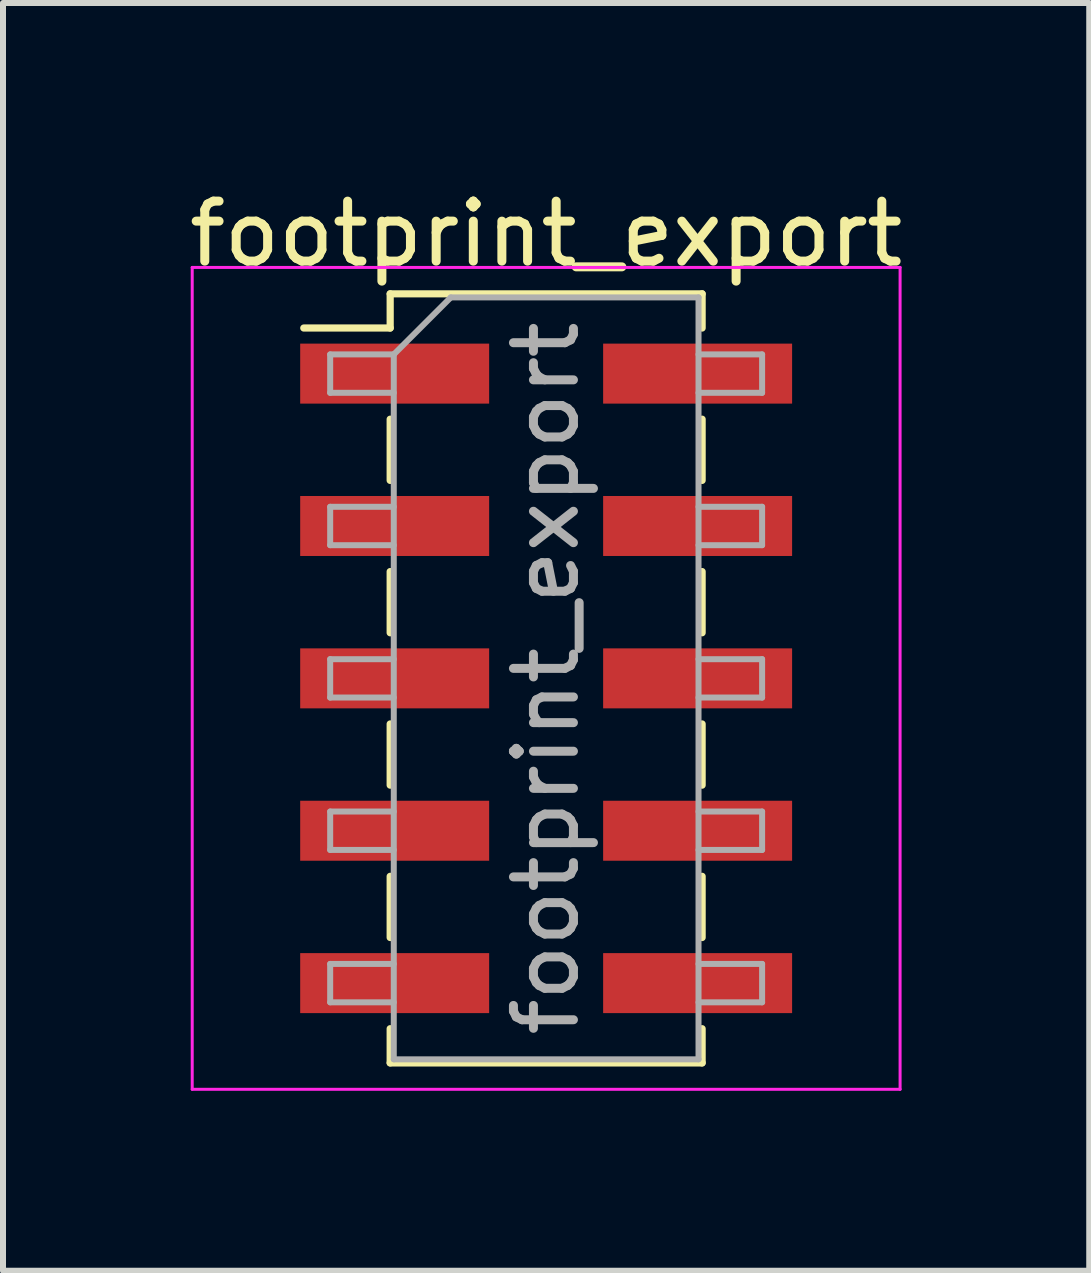
<source format=kicad_pcb>
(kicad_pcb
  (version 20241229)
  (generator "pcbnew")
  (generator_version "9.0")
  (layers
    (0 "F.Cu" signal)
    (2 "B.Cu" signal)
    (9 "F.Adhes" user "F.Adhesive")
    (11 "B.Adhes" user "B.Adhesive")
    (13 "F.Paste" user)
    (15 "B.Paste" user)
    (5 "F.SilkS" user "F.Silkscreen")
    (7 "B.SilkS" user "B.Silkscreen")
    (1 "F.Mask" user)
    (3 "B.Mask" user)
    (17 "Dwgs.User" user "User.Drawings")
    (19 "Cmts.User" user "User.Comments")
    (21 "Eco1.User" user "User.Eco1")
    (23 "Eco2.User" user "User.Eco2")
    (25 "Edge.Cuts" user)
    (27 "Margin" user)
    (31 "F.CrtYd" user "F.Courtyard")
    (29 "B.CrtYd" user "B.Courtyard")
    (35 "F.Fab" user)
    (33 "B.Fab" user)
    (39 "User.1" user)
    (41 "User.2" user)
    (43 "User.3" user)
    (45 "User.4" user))
  (footprint "footprint_export"
    (layer "F.Cu")
    (at 6.054 8.258)
    (property "Reference" "footprint_export" (at 0 -7.41 0) (layer "F.SilkS") (effects (font (size 1 1) (thickness 0.15))))
    (attr smd)
    (fp_line (start -4.04 -5.84) (end -2.6 -5.84) (stroke (width 0.12) (type solid)) (layer "F.SilkS"))
    (fp_line (start -2.6 -6.41) (end -2.6 -5.84) (stroke (width 0.12) (type solid)) (layer "F.SilkS"))
    (fp_line (start -2.6 -6.41) (end 2.6 -6.41) (stroke (width 0.12) (type solid)) (layer "F.SilkS"))
    (fp_line (start -2.6 -4.32) (end -2.6 -3.3) (stroke (width 0.12) (type solid)) (layer "F.SilkS"))
    (fp_line (start -2.6 -1.78) (end -2.6 -0.76) (stroke (width 0.12) (type solid)) (layer "F.SilkS"))
    (fp_line (start -2.6 0.76) (end -2.6 1.78) (stroke (width 0.12) (type solid)) (layer "F.SilkS"))
    (fp_line (start -2.6 3.3) (end -2.6 4.32) (stroke (width 0.12) (type solid)) (layer "F.SilkS"))
    (fp_line (start -2.6 5.84) (end -2.6 6.41) (stroke (width 0.12) (type solid)) (layer "F.SilkS"))
    (fp_line (start -2.6 6.41) (end 2.6 6.41) (stroke (width 0.12) (type solid)) (layer "F.SilkS"))
    (fp_line (start 2.6 -6.41) (end 2.6 -5.84) (stroke (width 0.12) (type solid)) (layer "F.SilkS"))
    (fp_line (start 2.6 -4.32) (end 2.6 -3.3) (stroke (width 0.12) (type solid)) (layer "F.SilkS"))
    (fp_line (start 2.6 -1.78) (end 2.6 -0.76) (stroke (width 0.12) (type solid)) (layer "F.SilkS"))
    (fp_line (start 2.6 0.76) (end 2.6 1.78) (stroke (width 0.12) (type solid)) (layer "F.SilkS"))
    (fp_line (start 2.6 3.3) (end 2.6 4.32) (stroke (width 0.12) (type solid)) (layer "F.SilkS"))
    (fp_line (start 2.6 5.84) (end 2.6 6.41) (stroke (width 0.12) (type solid)) (layer "F.SilkS"))
    (fp_line (start -5.9 -6.85) (end -5.9 6.85) (stroke (width 0.05) (type solid)) (layer "F.CrtYd"))
    (fp_line (start -5.9 6.85) (end 5.9 6.85) (stroke (width 0.05) (type solid)) (layer "F.CrtYd"))
    (fp_line (start 5.9 -6.85) (end -5.9 -6.85) (stroke (width 0.05) (type solid)) (layer "F.CrtYd"))
    (fp_line (start 5.9 6.85) (end 5.9 -6.85) (stroke (width 0.05) (type solid)) (layer "F.CrtYd"))
    (fp_line (start -3.6 -5.4) (end -3.6 -4.76) (stroke (width 0.1) (type solid)) (layer "F.Fab"))
    (fp_line (start -3.6 -4.76) (end -2.54 -4.76) (stroke (width 0.1) (type solid)) (layer "F.Fab"))
    (fp_line (start -3.6 -2.86) (end -3.6 -2.22) (stroke (width 0.1) (type solid)) (layer "F.Fab"))
    (fp_line (start -3.6 -2.22) (end -2.54 -2.22) (stroke (width 0.1) (type solid)) (layer "F.Fab"))
    (fp_line (start -3.6 -0.32) (end -3.6 0.32) (stroke (width 0.1) (type solid)) (layer "F.Fab"))
    (fp_line (start -3.6 0.32) (end -2.54 0.32) (stroke (width 0.1) (type solid)) (layer "F.Fab"))
    (fp_line (start -3.6 2.22) (end -3.6 2.86) (stroke (width 0.1) (type solid)) (layer "F.Fab"))
    (fp_line (start -3.6 2.86) (end -2.54 2.86) (stroke (width 0.1) (type solid)) (layer "F.Fab"))
    (fp_line (start -3.6 4.76) (end -3.6 5.4) (stroke (width 0.1) (type solid)) (layer "F.Fab"))
    (fp_line (start -3.6 5.4) (end -2.54 5.4) (stroke (width 0.1) (type solid)) (layer "F.Fab"))
    (fp_line (start -2.54 -5.4) (end -3.6 -5.4) (stroke (width 0.1) (type solid)) (layer "F.Fab"))
    (fp_line (start -2.54 -5.4) (end -1.59 -6.35) (stroke (width 0.1) (type solid)) (layer "F.Fab"))
    (fp_line (start -2.54 -2.86) (end -3.6 -2.86) (stroke (width 0.1) (type solid)) (layer "F.Fab"))
    (fp_line (start -2.54 -0.32) (end -3.6 -0.32) (stroke (width 0.1) (type solid)) (layer "F.Fab"))
    (fp_line (start -2.54 2.22) (end -3.6 2.22) (stroke (width 0.1) (type solid)) (layer "F.Fab"))
    (fp_line (start -2.54 4.76) (end -3.6 4.76) (stroke (width 0.1) (type solid)) (layer "F.Fab"))
    (fp_line (start -2.54 6.35) (end -2.54 -5.4) (stroke (width 0.1) (type solid)) (layer "F.Fab"))
    (fp_line (start -1.59 -6.35) (end 2.54 -6.35) (stroke (width 0.1) (type solid)) (layer "F.Fab"))
    (fp_line (start 2.54 -6.35) (end 2.54 6.35) (stroke (width 0.1) (type solid)) (layer "F.Fab"))
    (fp_line (start 2.54 -5.4) (end 3.6 -5.4) (stroke (width 0.1) (type solid)) (layer "F.Fab"))
    (fp_line (start 2.54 -2.86) (end 3.6 -2.86) (stroke (width 0.1) (type solid)) (layer "F.Fab"))
    (fp_line (start 2.54 -0.32) (end 3.6 -0.32) (stroke (width 0.1) (type solid)) (layer "F.Fab"))
    (fp_line (start 2.54 2.22) (end 3.6 2.22) (stroke (width 0.1) (type solid)) (layer "F.Fab"))
    (fp_line (start 2.54 4.76) (end 3.6 4.76) (stroke (width 0.1) (type solid)) (layer "F.Fab"))
    (fp_line (start 2.54 6.35) (end -2.54 6.35) (stroke (width 0.1) (type solid)) (layer "F.Fab"))
    (fp_line (start 3.6 -5.4) (end 3.6 -4.76) (stroke (width 0.1) (type solid)) (layer "F.Fab"))
    (fp_line (start 3.6 -4.76) (end 2.54 -4.76) (stroke (width 0.1) (type solid)) (layer "F.Fab"))
    (fp_line (start 3.6 -2.86) (end 3.6 -2.22) (stroke (width 0.1) (type solid)) (layer "F.Fab"))
    (fp_line (start 3.6 -2.22) (end 2.54 -2.22) (stroke (width 0.1) (type solid)) (layer "F.Fab"))
    (fp_line (start 3.6 -0.32) (end 3.6 0.32) (stroke (width 0.1) (type solid)) (layer "F.Fab"))
    (fp_line (start 3.6 0.32) (end 2.54 0.32) (stroke (width 0.1) (type solid)) (layer "F.Fab"))
    (fp_line (start 3.6 2.22) (end 3.6 2.86) (stroke (width 0.1) (type solid)) (layer "F.Fab"))
    (fp_line (start 3.6 2.86) (end 2.54 2.86) (stroke (width 0.1) (type solid)) (layer "F.Fab"))
    (fp_line (start 3.6 4.76) (end 3.6 5.4) (stroke (width 0.1) (type solid)) (layer "F.Fab"))
    (fp_line (start 3.6 5.4) (end 2.54 5.4) (stroke (width 0.1) (type solid)) (layer "F.Fab"))
    (fp_text user "${REFERENCE}" (at 0 0 90) (layer "F.Fab") (effects (font (size 1 1) (thickness 0.15))))
    (pad "1" smd rect (at -2.525 -5.08) (size 3.15 1) (layers "F.Cu" "F.Mask" "F.Paste"))
    (pad "2" smd rect (at 2.525 -5.08) (size 3.15 1) (layers "F.Cu" "F.Mask" "F.Paste"))
    (pad "3" smd rect (at -2.525 -2.54) (size 3.15 1) (layers "F.Cu" "F.Mask" "F.Paste"))
    (pad "4" smd rect (at 2.525 -2.54) (size 3.15 1) (layers "F.Cu" "F.Mask" "F.Paste"))
    (pad "5" smd rect (at -2.525 0) (size 3.15 1) (layers "F.Cu" "F.Mask" "F.Paste"))
    (pad "6" smd rect (at 2.525 0) (size 3.15 1) (layers "F.Cu" "F.Mask" "F.Paste"))
    (pad "7" smd rect (at -2.525 2.54) (size 3.15 1) (layers "F.Cu" "F.Mask" "F.Paste"))
    (pad "8" smd rect (at 2.525 2.54) (size 3.15 1) (layers "F.Cu" "F.Mask" "F.Paste"))
    (pad "9" smd rect (at -2.525 5.08) (size 3.15 1) (layers "F.Cu" "F.Mask" "F.Paste"))
    (pad "10" smd rect (at 2.525 5.08) (size 3.15 1) (layers "F.Cu" "F.Mask" "F.Paste")))
  (gr_rect
    (start -3 -3)
    (end 15.107 18.133)
    (stroke (width 0.1) (type default))
    (fill no)
    (layer "Edge.Cuts")))
</source>
